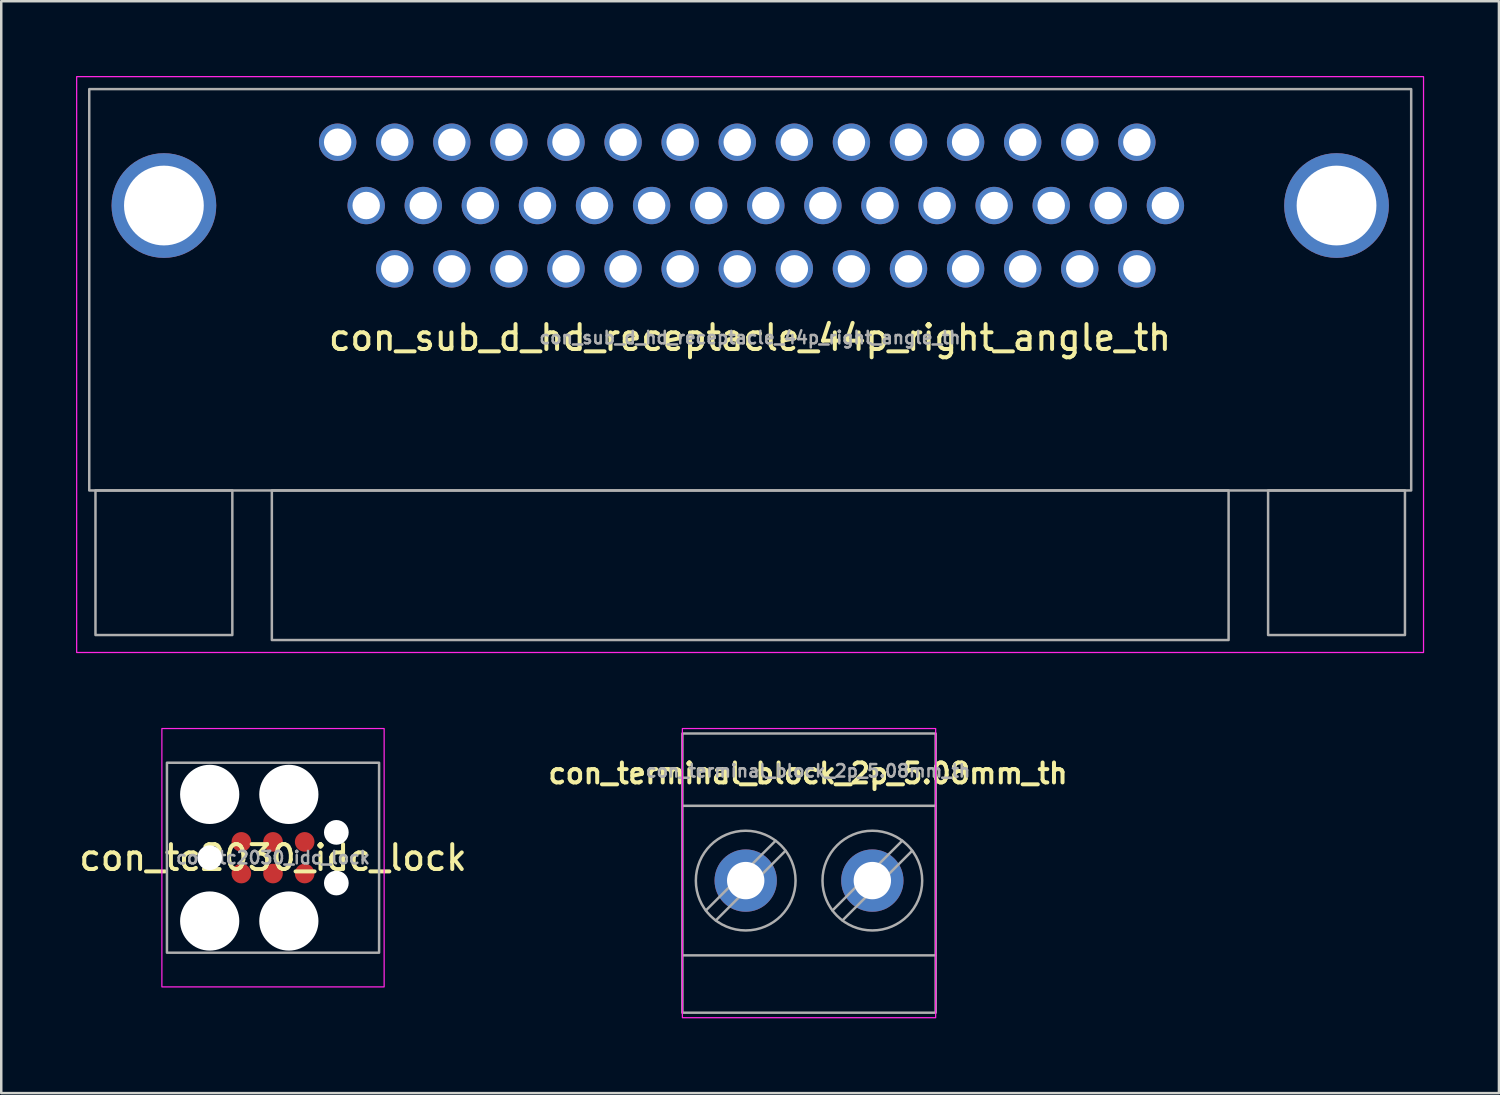
<source format=kicad_pcb>
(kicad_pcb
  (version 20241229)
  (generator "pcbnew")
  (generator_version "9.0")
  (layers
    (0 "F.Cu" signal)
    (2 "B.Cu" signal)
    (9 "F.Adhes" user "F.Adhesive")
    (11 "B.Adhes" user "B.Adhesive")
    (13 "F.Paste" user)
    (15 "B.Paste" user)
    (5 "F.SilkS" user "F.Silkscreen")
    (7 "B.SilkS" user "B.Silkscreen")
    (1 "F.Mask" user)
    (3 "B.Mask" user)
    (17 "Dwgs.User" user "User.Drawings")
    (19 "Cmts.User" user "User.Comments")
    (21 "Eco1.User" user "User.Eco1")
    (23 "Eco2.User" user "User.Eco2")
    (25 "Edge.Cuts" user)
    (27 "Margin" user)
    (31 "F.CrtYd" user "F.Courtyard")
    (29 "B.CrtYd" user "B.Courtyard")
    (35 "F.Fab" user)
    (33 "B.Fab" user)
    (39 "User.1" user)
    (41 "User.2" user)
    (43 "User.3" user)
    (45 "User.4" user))
  (footprint "con_terminal_block_2p_5.08mm_th"
    (layer "F.Cu")
    (at 26.864 32.275)
    (property "Reference" "con_terminal_block_2p_5.08mm_th" (at 2.5 -4.3 0) (layer "F.SilkS") (effects (font (size 0.8 0.8) (thickness 0.16))))
    (attr through_hole exclude_from_pos_files)
    (fp_rect (start -2.54 -6.1) (end 7.62 5.5) (stroke (width 0.05) (type solid)) (fill no) (layer "F.CrtYd"))
    (fp_line (start -2.5 -3) (end 7.6 -3) (stroke (width 0.1) (type default)) (layer "F.Fab"))
    (fp_line (start -2.5 3) (end 7.6 3) (stroke (width 0.1) (type default)) (layer "F.Fab"))
    (fp_line (start -1.6 1.2) (end 1.2 -1.6) (stroke (width 0.1) (type default)) (layer "F.Fab"))
    (fp_line (start -1.2 1.6) (end 1.6 -1.2) (stroke (width 0.1) (type default)) (layer "F.Fab"))
    (fp_line (start 3.48 1.2) (end 6.28 -1.6) (stroke (width 0.1) (type default)) (layer "F.Fab"))
    (fp_line (start 3.88 1.6) (end 6.68 -1.2) (stroke (width 0.1) (type default)) (layer "F.Fab"))
    (fp_rect (start -2.54 -5.9) (end 7.62 5.3) (stroke (width 0.1) (type solid)) (fill no) (layer "F.Fab"))
    (fp_circle (center 0 0) (end 2 0) (stroke (width 0.1) (type default)) (fill no) (layer "F.Fab"))
    (fp_circle (center 5.08 0) (end 7.08 0) (stroke (width 0.1) (type default)) (fill no) (layer "F.Fab"))
    (fp_text user "${REFERENCE}" (at 2.5 -4.4 0) (layer "F.Fab") (effects (font (size 0.5 0.5) (thickness 0.1))))
    (pad "1" thru_hole circle (at 0 0) (size 2.5 2.5) (drill 1.5) (layers "*.Cu" "*.Mask"))
    (pad "2" thru_hole circle (at 5.08 0) (size 2.5 2.5) (drill 1.5) (layers "*.Cu" "*.Mask")))
  (footprint "con_sub_d_hd_receptacle_44p_right_angle_th"
    (layer "F.Cu")
    (at 42.555 2.655)
    (property "Reference" "con_sub_d_hd_receptacle_44p_right_angle_th" (at -15.52 7.84 0) (layer "F.SilkS") (effects (font (size 1 1) (thickness 0.16))))
    (attr through_hole exclude_from_pos_files)
    (fp_rect (start 11.5 -2.63) (end -42.53 20.47) (stroke (width 0.05) (type solid)) (fill no) (layer "F.CrtYd"))
    (fp_rect (start -36.285 13.97) (end -41.775 19.77) (stroke (width 0.1) (type solid)) (fill no) (layer "F.Fab"))
    (fp_rect (start -34.7 13.97) (end 3.68 19.97) (stroke (width 0.1) (type solid)) (fill no) (layer "F.Fab"))
    (fp_rect (start 10.755 13.97) (end 5.265 19.77) (stroke (width 0.1) (type solid)) (fill no) (layer "F.Fab"))
    (fp_rect (start 11.005 -2.13) (end -42.025 13.97) (stroke (width 0.1) (type solid)) (fill no) (layer "F.Fab"))
    (fp_text user "${REFERENCE}" (at -15.52 7.84 0) (layer "F.Fab") (effects (font (size 0.5 0.5) (thickness 0.1))))
    (pad "1" thru_hole circle (at 0 0) (size 1.5 1.5) (drill 1.1) (layers "*.Cu" "*.Mask"))
    (pad "2" thru_hole circle (at -2.29 0) (size 1.5 1.5) (drill 1.1) (layers "*.Cu" "*.Mask"))
    (pad "3" thru_hole circle (at -4.58 0) (size 1.5 1.5) (drill 1.1) (layers "*.Cu" "*.Mask"))
    (pad "4" thru_hole circle (at -6.87 0) (size 1.5 1.5) (drill 1.1) (layers "*.Cu" "*.Mask"))
    (pad "5" thru_hole circle (at -9.16 0) (size 1.5 1.5) (drill 1.1) (layers "*.Cu" "*.Mask"))
    (pad "6" thru_hole circle (at -11.45 0) (size 1.5 1.5) (drill 1.1) (layers "*.Cu" "*.Mask"))
    (pad "7" thru_hole circle (at -13.74 0) (size 1.5 1.5) (drill 1.1) (layers "*.Cu" "*.Mask"))
    (pad "8" thru_hole circle (at -16.03 0) (size 1.5 1.5) (drill 1.1) (layers "*.Cu" "*.Mask"))
    (pad "9" thru_hole circle (at -18.32 0) (size 1.5 1.5) (drill 1.1) (layers "*.Cu" "*.Mask"))
    (pad "10" thru_hole circle (at -20.61 0) (size 1.5 1.5) (drill 1.1) (layers "*.Cu" "*.Mask"))
    (pad "11" thru_hole circle (at -22.9 0) (size 1.5 1.5) (drill 1.1) (layers "*.Cu" "*.Mask"))
    (pad "12" thru_hole circle (at -25.19 0) (size 1.5 1.5) (drill 1.1) (layers "*.Cu" "*.Mask"))
    (pad "13" thru_hole circle (at -27.48 0) (size 1.5 1.5) (drill 1.1) (layers "*.Cu" "*.Mask"))
    (pad "14" thru_hole circle (at -29.77 0) (size 1.5 1.5) (drill 1.1) (layers "*.Cu" "*.Mask"))
    (pad "15" thru_hole circle (at -32.06 0) (size 1.5 1.5) (drill 1.1) (layers "*.Cu" "*.Mask"))
    (pad "16" thru_hole circle (at 1.145 2.54) (size 1.5 1.5) (drill 1.1) (layers "*.Cu" "*.Mask"))
    (pad "17" thru_hole circle (at -1.145 2.54) (size 1.5 1.5) (drill 1.1) (layers "*.Cu" "*.Mask"))
    (pad "18" thru_hole circle (at -3.435 2.54) (size 1.5 1.5) (drill 1.1) (layers "*.Cu" "*.Mask"))
    (pad "19" thru_hole circle (at -5.725 2.54) (size 1.5 1.5) (drill 1.1) (layers "*.Cu" "*.Mask"))
    (pad "20" thru_hole circle (at -8.015 2.54) (size 1.5 1.5) (drill 1.1) (layers "*.Cu" "*.Mask"))
    (pad "21" thru_hole circle (at -10.305 2.54) (size 1.5 1.5) (drill 1.1) (layers "*.Cu" "*.Mask"))
    (pad "22" thru_hole circle (at -12.595 2.54) (size 1.5 1.5) (drill 1.1) (layers "*.Cu" "*.Mask"))
    (pad "23" thru_hole circle (at -14.885 2.54) (size 1.5 1.5) (drill 1.1) (layers "*.Cu" "*.Mask"))
    (pad "24" thru_hole circle (at -17.175 2.54) (size 1.5 1.5) (drill 1.1) (layers "*.Cu" "*.Mask"))
    (pad "25" thru_hole circle (at -19.465 2.54) (size 1.5 1.5) (drill 1.1) (layers "*.Cu" "*.Mask"))
    (pad "26" thru_hole circle (at -21.755 2.54) (size 1.5 1.5) (drill 1.1) (layers "*.Cu" "*.Mask"))
    (pad "27" thru_hole circle (at -24.045 2.54) (size 1.5 1.5) (drill 1.1) (layers "*.Cu" "*.Mask"))
    (pad "28" thru_hole circle (at -26.335 2.54) (size 1.5 1.5) (drill 1.1) (layers "*.Cu" "*.Mask"))
    (pad "29" thru_hole circle (at -28.625 2.54) (size 1.5 1.5) (drill 1.1) (layers "*.Cu" "*.Mask"))
    (pad "30" thru_hole circle (at -30.915 2.54) (size 1.5 1.5) (drill 1.1) (layers "*.Cu" "*.Mask"))
    (pad "31" thru_hole circle (at 0 5.08) (size 1.5 1.5) (drill 1.1) (layers "*.Cu" "*.Mask"))
    (pad "32" thru_hole circle (at -2.29 5.08) (size 1.5 1.5) (drill 1.1) (layers "*.Cu" "*.Mask"))
    (pad "33" thru_hole circle (at -4.58 5.08) (size 1.5 1.5) (drill 1.1) (layers "*.Cu" "*.Mask"))
    (pad "34" thru_hole circle (at -6.87 5.08) (size 1.5 1.5) (drill 1.1) (layers "*.Cu" "*.Mask"))
    (pad "35" thru_hole circle (at -9.16 5.08) (size 1.5 1.5) (drill 1.1) (layers "*.Cu" "*.Mask"))
    (pad "36" thru_hole circle (at -11.45 5.08) (size 1.5 1.5) (drill 1.1) (layers "*.Cu" "*.Mask"))
    (pad "37" thru_hole circle (at -13.74 5.08) (size 1.5 1.5) (drill 1.1) (layers "*.Cu" "*.Mask"))
    (pad "38" thru_hole circle (at -16.03 5.08) (size 1.5 1.5) (drill 1.1) (layers "*.Cu" "*.Mask"))
    (pad "39" thru_hole circle (at -18.32 5.08) (size 1.5 1.5) (drill 1.1) (layers "*.Cu" "*.Mask"))
    (pad "40" thru_hole circle (at -20.61 5.08) (size 1.5 1.5) (drill 1.1) (layers "*.Cu" "*.Mask"))
    (pad "41" thru_hole circle (at -22.9 5.08) (size 1.5 1.5) (drill 1.1) (layers "*.Cu" "*.Mask"))
    (pad "42" thru_hole circle (at -25.19 5.08) (size 1.5 1.5) (drill 1.1) (layers "*.Cu" "*.Mask"))
    (pad "43" thru_hole circle (at -27.48 5.08) (size 1.5 1.5) (drill 1.1) (layers "*.Cu" "*.Mask"))
    (pad "44" thru_hole circle (at -29.77 5.08) (size 1.5 1.5) (drill 1.1) (layers "*.Cu" "*.Mask"))
    (pad "45" thru_hole circle (at -39.03 2.54) (size 4.2 4.2) (drill 3.2) (layers "*.Cu" "*.Mask"))
    (pad "45" thru_hole circle (at 8.01 2.54) (size 4.2 4.2) (drill 3.2) (layers "*.Cu" "*.Mask"))
    (zone (net_name "") (layers "F.Cu" "B.Cu") (hatch edge 0.5) (connect_pads) (min_thickness 0.25) (filled_areas_thickness no) (keepout (tracks allowed) (vias allowed) (pads allowed) (copperpour not_allowed) (footprints allowed)) (placement (enabled no)) (fill) (polygon (pts (xy 43.315 1.895) (xy 9.735 1.895) (xy 9.735 3.075) (xy 10.875 4.215) (xy 10.875 5.615) (xy 12.025 6.765) (xy 12.025 8.505) (xy 43.315 8.505) (xy 43.315 6.655) (xy 44.465 5.505) (xy 44.465 4.885) (xy 43.315 3.735)))))
  (footprint "con_tc2030_idc_lock"
    (layer "F.Cu")
    (at 7.902 31.357)
    (property "Reference" "con_tc2030_idc_lock" (at 0 0 0) (layer "F.SilkS") (effects (font (size 1 1) (thickness 0.16))))
    (attr smd)
    (fp_rect (start -4.458 -5.182) (end 4.458 5.182) (stroke (width 0.05) (type solid)) (fill no) (layer "F.CrtYd"))
    (fp_rect (start -4.255 -3.81) (end 4.255 3.81) (stroke (width 0.1) (type solid)) (fill no) (layer "F.Fab"))
    (fp_text user "${REFERENCE}" (at 0 0 0) (layer "F.Fab") (effects (font (size 0.5 0.5) (thickness 0.1))))
    (pad "" np_thru_hole circle (at -2.54 -2.54) (size 2.375 2.375) (drill 2.375) (layers "*.Cu" "*.Mask"))
    (pad "" np_thru_hole circle (at -2.54 0) (size 0.991 0.991) (drill 0.991) (layers "*.Cu" "*.Mask"))
    (pad "" np_thru_hole circle (at -2.54 2.54) (size 2.375 2.375) (drill 2.375) (layers "*.Cu" "*.Mask"))
    (pad "" np_thru_hole circle (at 0.635 -2.54) (size 2.375 2.375) (drill 2.375) (layers "*.Cu" "*.Mask"))
    (pad "" np_thru_hole circle (at 0.635 2.54) (size 2.375 2.375) (drill 2.375) (layers "*.Cu" "*.Mask"))
    (pad "" np_thru_hole circle (at 2.54 -1.016) (size 0.991 0.991) (drill 0.991) (layers "*.Cu" "*.Mask"))
    (pad "" np_thru_hole circle (at 2.54 1.016) (size 0.991 0.991) (drill 0.991) (layers "*.Cu" "*.Mask"))
    (pad "1" smd circle (at -1.27 0.635) (size 0.787 0.787) (layers "F.Cu" "F.Mask"))
    (pad "2" smd circle (at -1.27 -0.635) (size 0.787 0.787) (layers "F.Cu" "F.Mask"))
    (pad "3" smd circle (at 0 0.635) (size 0.787 0.787) (layers "F.Cu" "F.Mask"))
    (pad "4" smd circle (at 0 -0.635) (size 0.787 0.787) (layers "F.Cu" "F.Mask"))
    (pad "5" smd circle (at 1.27 0.635) (size 0.787 0.787) (layers "F.Cu" "F.Mask"))
    (pad "6" smd circle (at 1.27 -0.635) (size 0.787 0.787) (layers "F.Cu" "F.Mask"))
    (zone (net_name "") (layer "F.Cu") (hatch edge 0.5) (connect_pads) (min_thickness 0.25) (filled_areas_thickness no) (keepout (tracks not_allowed) (vias not_allowed) (pads not_allowed) (copperpour allowed) (footprints allowed)) (placement (enabled no)) (fill) (polygon (pts (xy 6.632 31.56) (xy 7.038 31.56) (xy 7.038 31.992) (xy 7.496 31.992) (xy 7.496 31.56) (xy 8.308 31.56) (xy 8.308 31.992) (xy 8.766 31.992) (xy 8.766 31.56) (xy 9.172 31.56) (xy 9.172 31.153) (xy 8.766 31.153) (xy 8.766 30.722) (xy 8.308 30.722) (xy 8.308 31.153) (xy 7.496 31.153) (xy 7.496 30.722) (xy 7.038 30.722) (xy 7.038 31.153) (xy 6.632 31.153))))
    (zone (net_name "") (layers "F.Cu" "B.Cu") (hatch edge 0.5) (connect_pads) (min_thickness 0.25) (filled_areas_thickness no) (keepout (tracks not_allowed) (vias not_allowed) (pads not_allowed) (copperpour allowed) (footprints not_allowed)) (placement (enabled no)) (fill) (polygon (pts (xy 4.473 27.674) (xy 6.251 27.674) (xy 6.251 26.404) (xy 4.473 26.404))))
    (zone (net_name "") (layers "F.Cu" "B.Cu") (hatch edge 0.5) (connect_pads) (min_thickness 0.25) (filled_areas_thickness no) (keepout (tracks not_allowed) (vias not_allowed) (pads not_allowed) (copperpour allowed) (footprints not_allowed)) (placement (enabled no)) (fill) (polygon (pts (xy 4.473 36.31) (xy 6.251 36.31) (xy 6.251 35.04) (xy 4.473 35.04))))
    (zone (net_name "") (layers "F.Cu" "B.Cu") (hatch edge 0.5) (connect_pads) (min_thickness 0.25) (filled_areas_thickness no) (keepout (tracks not_allowed) (vias not_allowed) (pads not_allowed) (copperpour allowed) (footprints not_allowed)) (placement (enabled no)) (fill) (polygon (pts (xy 7.648 27.674) (xy 9.426 27.674) (xy 9.426 26.404) (xy 7.648 26.404))))
    (zone (net_name "") (layers "F.Cu" "B.Cu") (hatch edge 0.5) (connect_pads) (min_thickness 0.25) (filled_areas_thickness no) (keepout (tracks not_allowed) (vias not_allowed) (pads not_allowed) (copperpour allowed) (footprints not_allowed)) (placement (enabled no)) (fill) (polygon (pts (xy 7.648 36.31) (xy 9.426 36.31) (xy 9.426 35.04) (xy 7.648 35.04)))))
  (gr_rect
    (start -3 -3)
    (end 57.08 40.8)
    (stroke (width 0.1) (type default))
    (fill no)
    (layer "Edge.Cuts")))
</source>
